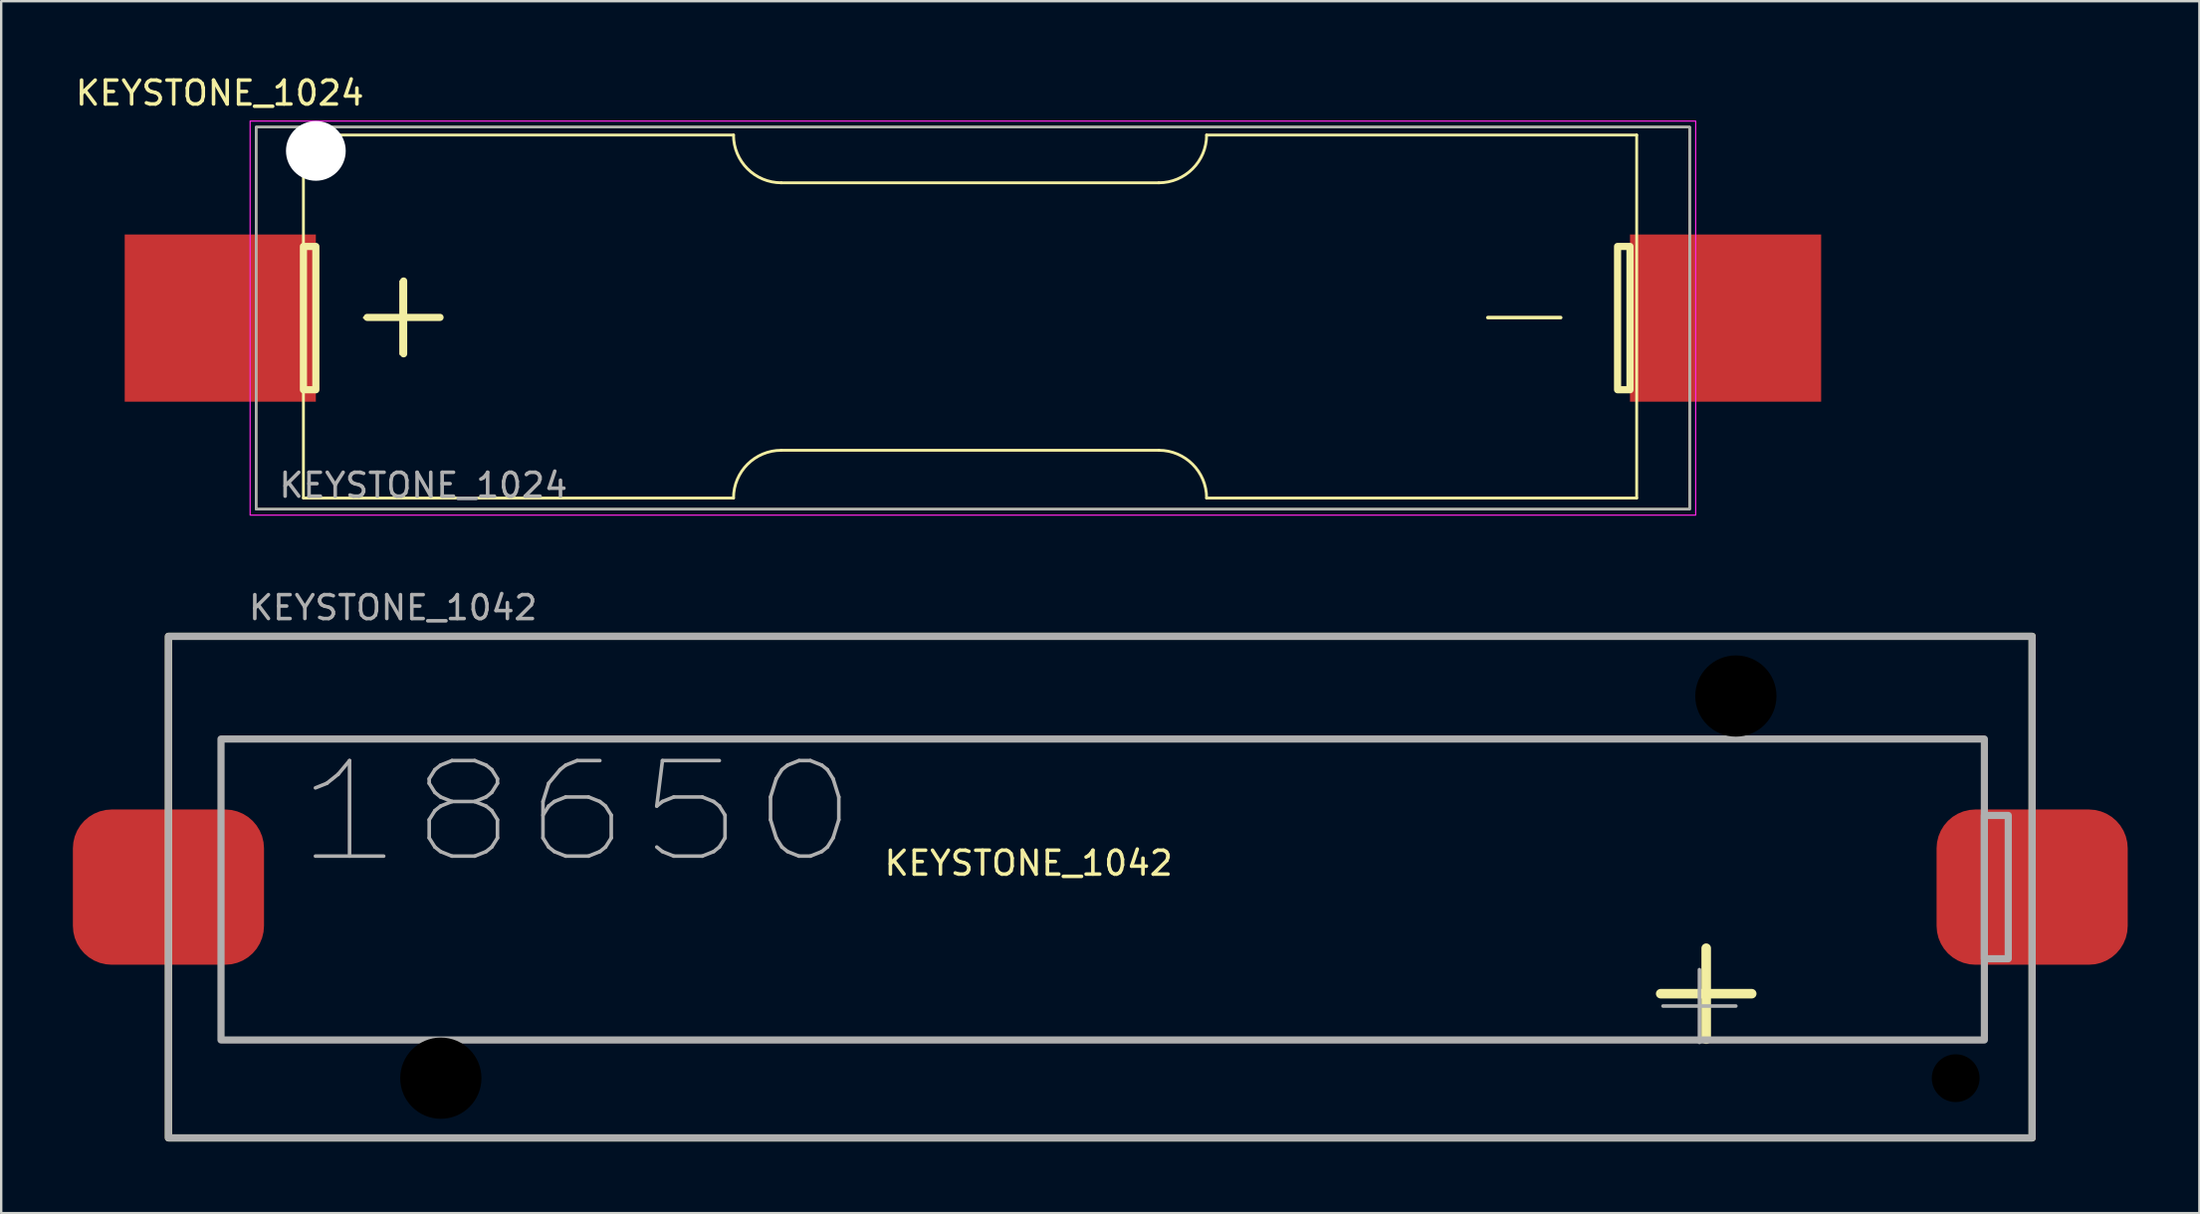
<source format=kicad_pcb>
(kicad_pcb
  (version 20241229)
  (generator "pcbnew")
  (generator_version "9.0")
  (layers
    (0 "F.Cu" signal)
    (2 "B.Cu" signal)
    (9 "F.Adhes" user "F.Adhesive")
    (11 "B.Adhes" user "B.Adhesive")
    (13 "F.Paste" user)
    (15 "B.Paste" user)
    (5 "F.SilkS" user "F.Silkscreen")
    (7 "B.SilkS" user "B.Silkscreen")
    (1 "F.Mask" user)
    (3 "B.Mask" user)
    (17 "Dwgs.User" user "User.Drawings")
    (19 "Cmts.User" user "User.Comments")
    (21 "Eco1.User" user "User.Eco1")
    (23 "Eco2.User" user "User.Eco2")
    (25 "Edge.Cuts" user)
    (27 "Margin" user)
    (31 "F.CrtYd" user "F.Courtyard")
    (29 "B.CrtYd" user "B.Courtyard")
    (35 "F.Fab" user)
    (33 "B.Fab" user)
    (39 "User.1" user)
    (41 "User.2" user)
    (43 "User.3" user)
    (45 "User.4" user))
  (footprint "KEYSTONE_1024"
    (layer "F.Cu")
    (at 6.169 10.268)
    (property "Reference" "KEYSTONE_1024" (at -0.02 -9.42 180) (layer "F.SilkS") (effects (font (size 1 1) (thickness 0.15))))
    (attr through_hole)
    (fp_line (start 3.48 -7.665) (end 3.48 7.535) (stroke (width 0.12) (type solid)) (layer "F.SilkS"))
    (fp_line (start 3.48 -7.665) (end 21.48 -7.665) (stroke (width 0.12) (type solid)) (layer "F.SilkS"))
    (fp_line (start 3.48 7.535) (end 21.48 7.535) (stroke (width 0.12) (type solid)) (layer "F.SilkS"))
    (fp_line (start 23.48 -5.665) (end 39.28 -5.665) (stroke (width 0.12) (type solid)) (layer "F.SilkS"))
    (fp_line (start 39.28 5.535) (end 23.48 5.535) (stroke (width 0.12) (type solid)) (layer "F.SilkS"))
    (fp_line (start 41.28 -7.665) (end 59.28 -7.665) (stroke (width 0.12) (type solid)) (layer "F.SilkS"))
    (fp_line (start 41.28 7.535) (end 59.28 7.535) (stroke (width 0.12) (type solid)) (layer "F.SilkS"))
    (fp_line (start 59.28 -7.665) (end 59.28 7.535) (stroke (width 0.12) (type solid)) (layer "F.SilkS"))
    (fp_rect (start 1.5 -8) (end 61.5 8) (stroke (width 0.1) (type solid)) (fill no) (layer "F.SilkS"))
    (fp_rect (start 3.48 -3) (end 4 3) (stroke (width 0.3) (type solid)) (fill no) (layer "F.SilkS"))
    (fp_rect (start 58.48 -3) (end 59 3) (stroke (width 0.3) (type solid)) (fill no) (layer "F.SilkS"))
    (fp_arc (start 21.48 7.535) (mid 22.065786 6.120786) (end 23.48 5.535) (stroke (width 0.12) (type solid)) (layer "F.SilkS"))
    (fp_arc (start 23.48 -5.665) (mid 22.065786 -6.250786) (end 21.48 -7.665) (stroke (width 0.12) (type solid)) (layer "F.SilkS"))
    (fp_arc (start 39.28 5.535) (mid 40.694214 6.120786) (end 41.28 7.535) (stroke (width 0.12) (type solid)) (layer "F.SilkS"))
    (fp_arc (start 41.28 -7.665) (mid 40.694214 -6.250786) (end 39.28 -5.665) (stroke (width 0.12) (type solid)) (layer "F.SilkS"))
    (fp_rect (start 1.25 -8.25) (end 61.75 8.25) (stroke (width 0.05) (type default)) (fill no) (layer "F.CrtYd"))
    (fp_rect (start 1.5 -8) (end 61.5 8) (stroke (width 0.1) (type default)) (fill no) (layer "F.Fab"))
    (fp_text user "+" (at 5 2 0) (unlocked yes) (layer "F.SilkS") (effects (font (size 4 4) (thickness 0.1)) (justify left bottom)))
    (fp_text user "+" (at 5 2 0) (unlocked yes) (layer "F.SilkS") (effects (font (size 4 4) (thickness 0.3) (bold yes)) (justify left bottom)))
    (fp_text user "-" (at 52 2 0) (unlocked yes) (layer "F.SilkS") (effects (font (size 4 4) (thickness 0.15) (bold yes)) (justify left bottom)))
    (fp_text user "${REFERENCE}" (at 8.5 7 0) (layer "F.Fab") (effects (font (size 1 1) (thickness 0.15))))
    (pad "" np_thru_hole circle (at 4 -7 90) (size 2.5 2.5) (drill 2.64) (layers "*.Cu" "*.Mask"))
    (pad "1" smd rect (at 0 0) (size 8 7) (layers "F.Cu" "F.Mask" "F.Paste"))
    (pad "2" smd rect (at 63 0) (size 8 7) (layers "F.Cu" "F.Mask" "F.Paste")))
  (footprint "KEYSTONE_1042"
    (layer "F.Cu")
    (at 43 34.092)
    (property "Reference" "KEYSTONE_1042" (at -3 -1 0) (unlocked yes) (layer "F.SilkS") (effects (font (size 1 1) (thickness 0.15))))
    (attr smd)
    (fp_rect (start -39 -10.5) (end 39 10.5) (stroke (width 0.3) (type solid)) (fill no) (layer "F.SilkS"))
    (fp_rect (start -39 -10.5) (end 39 10.5) (stroke (width 0.3) (type solid)) (fill no) (layer "F.Fab"))
    (fp_rect (start -36.8 -6.2) (end 37 6.4) (stroke (width 0.3) (type default)) (fill no) (layer "F.Fab"))
    (fp_rect (start 37 -3) (end 38 3) (stroke (width 0.3) (type default)) (fill no) (layer "F.Fab"))
    (fp_text user "+" (at 22 7 0) (unlocked yes) (layer "F.SilkS") (effects (font (size 5 5) (thickness 0.4)) (justify left bottom)))
    (fp_text user "+" (at 22.5 7 0) (unlocked yes) (layer "F.Fab") (effects (font (size 4 4) (thickness 0.15)) (justify left bottom)))
    (fp_text user "${REFERENCE}" (at -29.6 -11.7 0) (unlocked yes) (layer "F.Fab") (effects (font (size 1 1) (thickness 0.15))))
    (fp_text user "18650" (at -33.9 -0.8 0) (unlocked yes) (layer "F.Fab") (effects (font (size 4 5) (thickness 0.15)) (justify left bottom)))
    (pad "" np_thru_hole circle (at -27.6 8) (size 3.5 3.5) (drill 3.4) (layers))
    (pad "" np_thru_hole circle (at 26.6 -8) (size 3.5 3.5) (drill 3.4) (layers))
    (pad "" np_thru_hole circle (at 35.8 8) (size 2.5 2.5) (drill 2) (layers))
    (pad "1" smd roundrect (at -39 0) (size 8 6.5) (layers "F.Cu" "F.Mask" "F.Paste") (roundrect_rratio 0.25))
    (pad "2" smd roundrect (at 39 0) (size 8 6.5) (layers "F.Cu" "F.Mask" "F.Paste") (roundrect_rratio 0.25)))
  (gr_rect
    (start -3 -3)
    (end 89 47.742)
    (stroke (width 0.1) (type default))
    (fill no)
    (layer "Edge.Cuts")))
</source>
